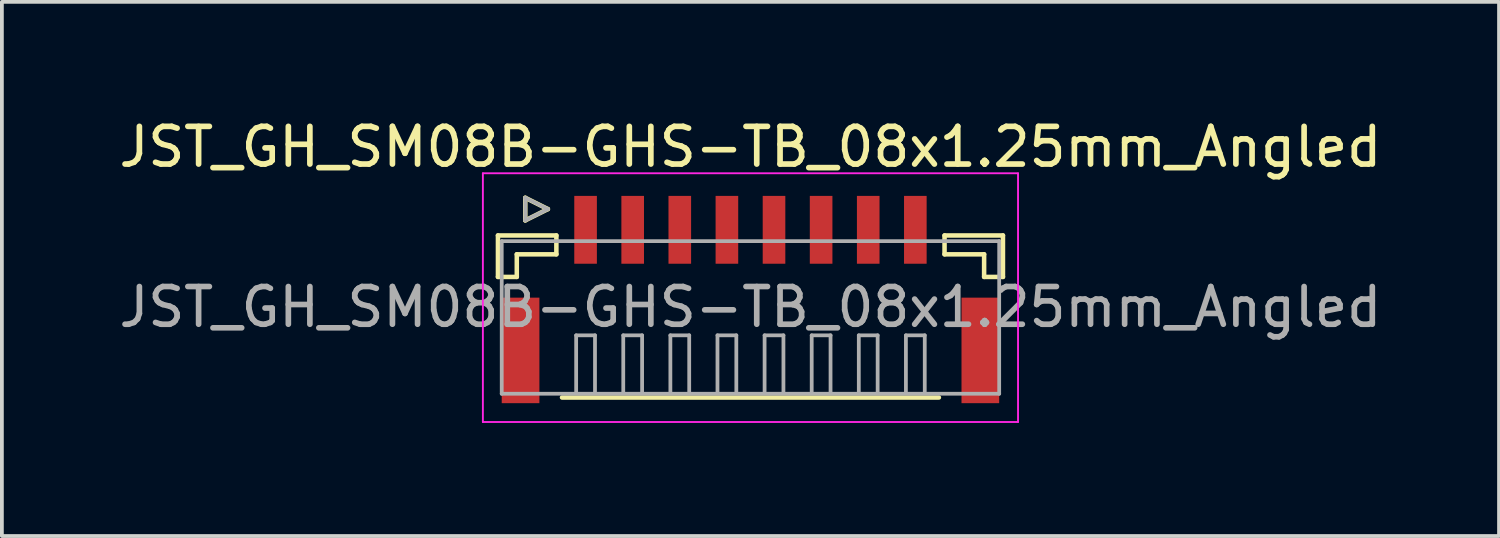
<source format=kicad_pcb>
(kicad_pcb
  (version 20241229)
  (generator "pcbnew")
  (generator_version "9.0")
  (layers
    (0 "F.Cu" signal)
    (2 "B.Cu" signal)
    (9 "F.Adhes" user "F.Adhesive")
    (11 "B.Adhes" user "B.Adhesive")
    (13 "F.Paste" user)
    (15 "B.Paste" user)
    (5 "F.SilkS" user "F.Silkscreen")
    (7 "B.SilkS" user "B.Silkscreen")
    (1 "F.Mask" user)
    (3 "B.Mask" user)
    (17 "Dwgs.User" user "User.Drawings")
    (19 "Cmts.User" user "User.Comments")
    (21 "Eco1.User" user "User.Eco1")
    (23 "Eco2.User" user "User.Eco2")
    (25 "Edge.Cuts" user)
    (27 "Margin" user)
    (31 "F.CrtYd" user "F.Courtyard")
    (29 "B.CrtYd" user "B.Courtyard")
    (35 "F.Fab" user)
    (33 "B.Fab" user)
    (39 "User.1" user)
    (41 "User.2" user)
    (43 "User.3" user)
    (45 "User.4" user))
  (footprint "JST_GH_SM08B-GHS-TB_08x1.25mm_Angled"
    (layer "F.Cu")
    (at 16.863 4.648)
    (property "Reference" "JST_GH_SM08B-GHS-TB_08x1.25mm_Angled" (at 0 -3.8 0) (layer "F.SilkS") (effects (font (size 1 1) (thickness 0.15))))
    (attr smd)
    (fp_line (start -6.7 -1.45) (end -5.15 -1.45) (stroke (width 0.12) (type solid)) (layer "F.SilkS"))
    (fp_line (start -6.7 -0.35) (end -6.7 -1.45) (stroke (width 0.12) (type solid)) (layer "F.SilkS"))
    (fp_line (start -6.2 -0.95) (end -6.2 -0.35) (stroke (width 0.12) (type solid)) (layer "F.SilkS"))
    (fp_line (start -6.2 -0.35) (end -6.7 -0.35) (stroke (width 0.12) (type solid)) (layer "F.SilkS"))
    (fp_line (start -5.975 -2.45) (end -5.975 -1.85) (stroke (width 0.12) (type solid)) (layer "F.SilkS"))
    (fp_line (start -5.975 -1.85) (end -5.375 -2.15) (stroke (width 0.12) (type solid)) (layer "F.SilkS"))
    (fp_line (start -5.375 -2.15) (end -5.975 -2.45) (stroke (width 0.12) (type solid)) (layer "F.SilkS"))
    (fp_line (start -5.15 -1.45) (end -5.15 -0.95) (stroke (width 0.12) (type solid)) (layer "F.SilkS"))
    (fp_line (start -5.15 -0.95) (end -6.2 -0.95) (stroke (width 0.12) (type solid)) (layer "F.SilkS"))
    (fp_line (start -5 2.85) (end 5 2.85) (stroke (width 0.12) (type solid)) (layer "F.SilkS"))
    (fp_line (start 5.15 -1.45) (end 5.15 -0.95) (stroke (width 0.12) (type solid)) (layer "F.SilkS"))
    (fp_line (start 5.15 -0.95) (end 6.2 -0.95) (stroke (width 0.12) (type solid)) (layer "F.SilkS"))
    (fp_line (start 6.2 -0.95) (end 6.2 -0.35) (stroke (width 0.12) (type solid)) (layer "F.SilkS"))
    (fp_line (start 6.2 -0.35) (end 6.7 -0.35) (stroke (width 0.12) (type solid)) (layer "F.SilkS"))
    (fp_line (start 6.7 -1.45) (end 5.15 -1.45) (stroke (width 0.12) (type solid)) (layer "F.SilkS"))
    (fp_line (start 6.7 -0.35) (end 6.7 -1.45) (stroke (width 0.12) (type solid)) (layer "F.SilkS"))
    (fp_line (start -7.1 -3.1) (end -7.1 3.5) (stroke (width 0.05) (type solid)) (layer "F.CrtYd"))
    (fp_line (start -7.1 3.5) (end 7.1 3.5) (stroke (width 0.05) (type solid)) (layer "F.CrtYd"))
    (fp_line (start 7.1 -3.1) (end -7.1 -3.1) (stroke (width 0.05) (type solid)) (layer "F.CrtYd"))
    (fp_line (start 7.1 3.5) (end 7.1 -3.1) (stroke (width 0.05) (type solid)) (layer "F.CrtYd"))
    (fp_line (start -6.6 -1.3) (end -6.6 2.75) (stroke (width 0.1) (type solid)) (layer "F.Fab"))
    (fp_line (start -6.6 2.75) (end 6.6 2.75) (stroke (width 0.1) (type solid)) (layer "F.Fab"))
    (fp_line (start -5.975 -2.45) (end -5.975 -1.85) (stroke (width 0.1) (type solid)) (layer "F.Fab"))
    (fp_line (start -5.975 -1.85) (end -5.375 -2.15) (stroke (width 0.1) (type solid)) (layer "F.Fab"))
    (fp_line (start -5.375 -2.15) (end -5.975 -2.45) (stroke (width 0.1) (type solid)) (layer "F.Fab"))
    (fp_line (start -4.625 1.2) (end -4.125 1.2) (stroke (width 0.1) (type solid)) (layer "F.Fab"))
    (fp_line (start -4.625 2.7) (end -4.625 1.2) (stroke (width 0.1) (type solid)) (layer "F.Fab"))
    (fp_line (start -4.125 1.2) (end -4.125 2.7) (stroke (width 0.1) (type solid)) (layer "F.Fab"))
    (fp_line (start -3.375 1.2) (end -2.875 1.2) (stroke (width 0.1) (type solid)) (layer "F.Fab"))
    (fp_line (start -3.375 2.7) (end -3.375 1.2) (stroke (width 0.1) (type solid)) (layer "F.Fab"))
    (fp_line (start -2.875 1.2) (end -2.875 2.7) (stroke (width 0.1) (type solid)) (layer "F.Fab"))
    (fp_line (start -2.125 1.2) (end -1.625 1.2) (stroke (width 0.1) (type solid)) (layer "F.Fab"))
    (fp_line (start -2.125 2.7) (end -2.125 1.2) (stroke (width 0.1) (type solid)) (layer "F.Fab"))
    (fp_line (start -1.625 1.2) (end -1.625 2.7) (stroke (width 0.1) (type solid)) (layer "F.Fab"))
    (fp_line (start -0.875 1.2) (end -0.375 1.2) (stroke (width 0.1) (type solid)) (layer "F.Fab"))
    (fp_line (start -0.875 2.7) (end -0.875 1.2) (stroke (width 0.1) (type solid)) (layer "F.Fab"))
    (fp_line (start -0.375 1.2) (end -0.375 2.7) (stroke (width 0.1) (type solid)) (layer "F.Fab"))
    (fp_line (start 0.375 1.2) (end 0.875 1.2) (stroke (width 0.1) (type solid)) (layer "F.Fab"))
    (fp_line (start 0.375 2.7) (end 0.375 1.2) (stroke (width 0.1) (type solid)) (layer "F.Fab"))
    (fp_line (start 0.875 1.2) (end 0.875 2.7) (stroke (width 0.1) (type solid)) (layer "F.Fab"))
    (fp_line (start 1.625 1.2) (end 2.125 1.2) (stroke (width 0.1) (type solid)) (layer "F.Fab"))
    (fp_line (start 1.625 2.7) (end 1.625 1.2) (stroke (width 0.1) (type solid)) (layer "F.Fab"))
    (fp_line (start 2.125 1.2) (end 2.125 2.7) (stroke (width 0.1) (type solid)) (layer "F.Fab"))
    (fp_line (start 2.875 1.2) (end 3.375 1.2) (stroke (width 0.1) (type solid)) (layer "F.Fab"))
    (fp_line (start 2.875 2.7) (end 2.875 1.2) (stroke (width 0.1) (type solid)) (layer "F.Fab"))
    (fp_line (start 3.375 1.2) (end 3.375 2.7) (stroke (width 0.1) (type solid)) (layer "F.Fab"))
    (fp_line (start 4.125 1.2) (end 4.625 1.2) (stroke (width 0.1) (type solid)) (layer "F.Fab"))
    (fp_line (start 4.125 2.7) (end 4.125 1.2) (stroke (width 0.1) (type solid)) (layer "F.Fab"))
    (fp_line (start 4.625 1.2) (end 4.625 2.7) (stroke (width 0.1) (type solid)) (layer "F.Fab"))
    (fp_line (start 6.6 -1.3) (end -6.6 -1.3) (stroke (width 0.1) (type solid)) (layer "F.Fab"))
    (fp_line (start 6.6 2.75) (end 6.6 -1.3) (stroke (width 0.1) (type solid)) (layer "F.Fab"))
    (fp_text user "${REFERENCE}" (at 0 0.45 0) (layer "F.Fab") (effects (font (size 1 1) (thickness 0.15))))
    (pad "" smd rect (at -6.1 1.6) (size 1 2.8) (layers "F.Cu" "F.Mask" "F.Paste"))
    (pad "" smd rect (at 6.1 1.6) (size 1 2.8) (layers "F.Cu" "F.Mask" "F.Paste"))
    (pad "1" smd rect (at -4.375 -1.6) (size 0.6 1.8) (layers "F.Cu" "F.Mask" "F.Paste"))
    (pad "2" smd rect (at -3.125 -1.6) (size 0.6 1.8) (layers "F.Cu" "F.Mask" "F.Paste"))
    (pad "3" smd rect (at -1.875 -1.6) (size 0.6 1.8) (layers "F.Cu" "F.Mask" "F.Paste"))
    (pad "4" smd rect (at -0.625 -1.6) (size 0.6 1.8) (layers "F.Cu" "F.Mask" "F.Paste"))
    (pad "5" smd rect (at 0.625 -1.6) (size 0.6 1.8) (layers "F.Cu" "F.Mask" "F.Paste"))
    (pad "6" smd rect (at 1.875 -1.6) (size 0.6 1.8) (layers "F.Cu" "F.Mask" "F.Paste"))
    (pad "7" smd rect (at 3.125 -1.6) (size 0.6 1.8) (layers "F.Cu" "F.Mask" "F.Paste"))
    (pad "8" smd rect (at 4.375 -1.6) (size 0.6 1.8) (layers "F.Cu" "F.Mask" "F.Paste")))
  (gr_rect
    (start -3 -3)
    (end 36.726 11.173)
    (stroke (width 0.1) (type default))
    (fill no)
    (layer "Edge.Cuts")))
</source>
